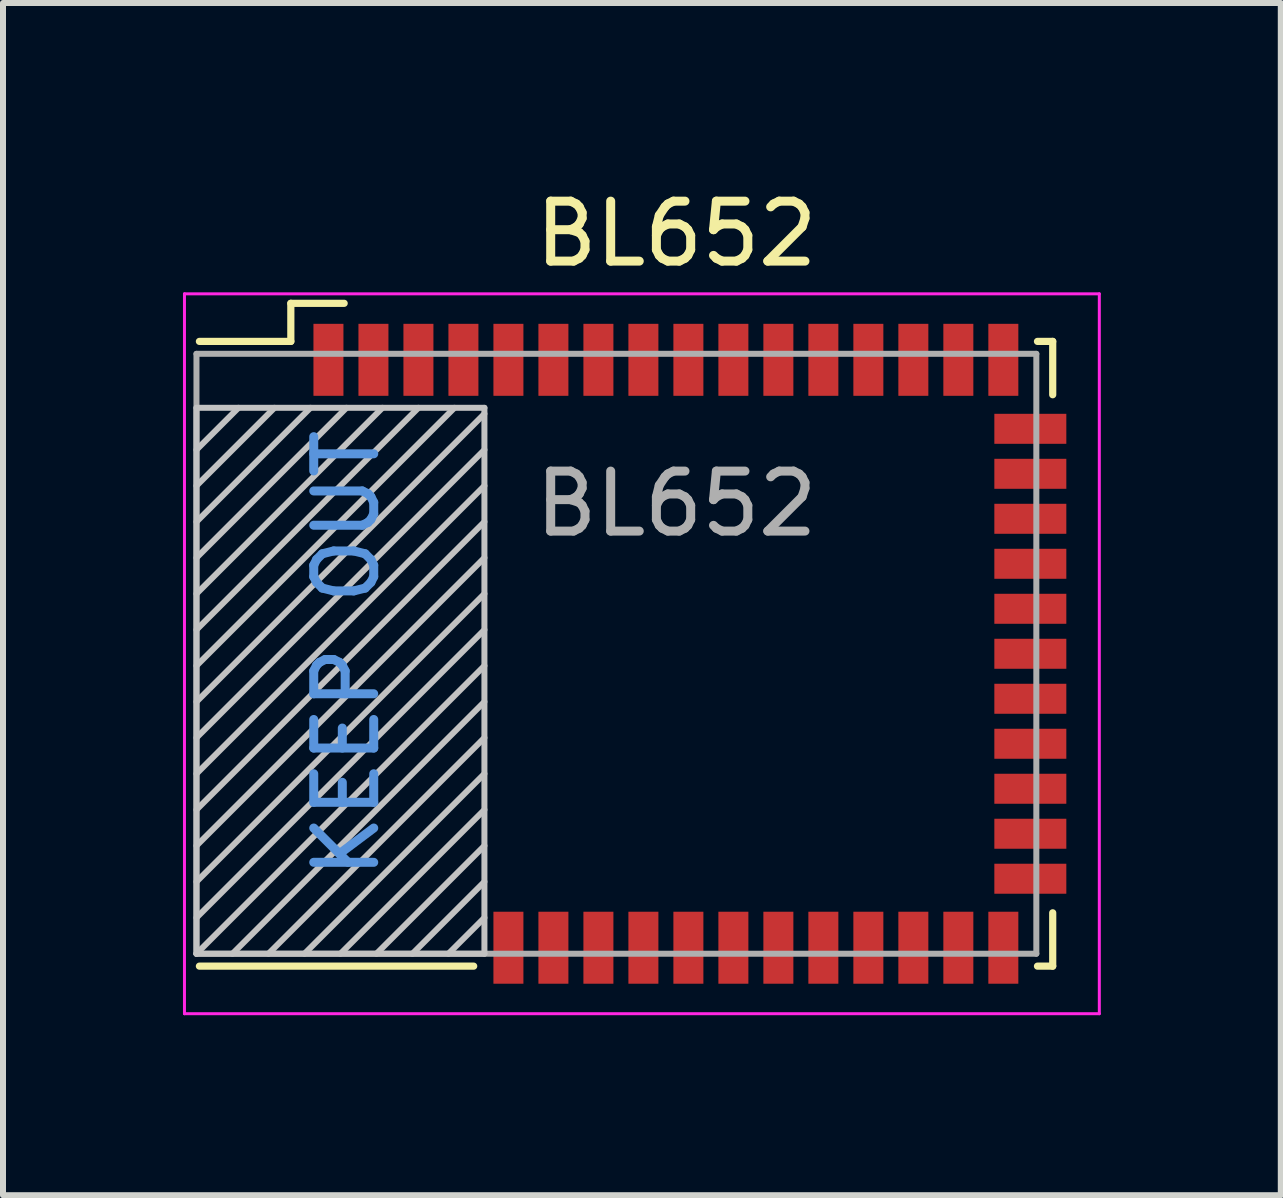
<source format=kicad_pcb>
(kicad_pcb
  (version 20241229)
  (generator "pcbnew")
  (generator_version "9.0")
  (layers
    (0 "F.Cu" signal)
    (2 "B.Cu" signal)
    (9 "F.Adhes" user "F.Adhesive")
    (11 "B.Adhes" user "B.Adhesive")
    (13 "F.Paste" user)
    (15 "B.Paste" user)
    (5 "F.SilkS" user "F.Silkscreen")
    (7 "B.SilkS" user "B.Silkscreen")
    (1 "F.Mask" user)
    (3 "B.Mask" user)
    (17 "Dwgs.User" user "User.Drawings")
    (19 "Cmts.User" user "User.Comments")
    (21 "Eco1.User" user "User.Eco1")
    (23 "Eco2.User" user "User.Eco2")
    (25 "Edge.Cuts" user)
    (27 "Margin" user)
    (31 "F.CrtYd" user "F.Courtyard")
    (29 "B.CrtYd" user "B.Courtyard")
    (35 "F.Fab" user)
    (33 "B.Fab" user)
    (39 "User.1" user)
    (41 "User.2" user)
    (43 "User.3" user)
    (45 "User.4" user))
  (footprint "BL652"
    (layer "F.Cu")
    (at 8.225 7.848)
    (property "Reference" "BL652" (at 0 -7 0) (layer "F.SilkS") (effects (font (size 1 1) (thickness 0.15))))
    (attr smd)
    (fp_line (start -7.951 -5.207) (end -6.427 -5.207) (stroke (width 0.12) (type solid)) (layer "F.SilkS"))
    (fp_line (start -6.427 -5.842) (end -5.538 -5.842) (stroke (width 0.12) (type solid)) (layer "F.SilkS"))
    (fp_line (start -6.427 -5.207) (end -6.427 -5.842) (stroke (width 0.12) (type solid)) (layer "F.SilkS"))
    (fp_line (start -3.379 5.207) (end -7.951 5.207) (stroke (width 0.12) (type solid)) (layer "F.SilkS"))
    (fp_line (start 6.019 -5.207) (end 6.273 -5.207) (stroke (width 0.12) (type solid)) (layer "F.SilkS"))
    (fp_line (start 6.273 -5.207) (end 6.273 -4.318) (stroke (width 0.12) (type solid)) (layer "F.SilkS"))
    (fp_line (start 6.273 5.207) (end 6.019 5.207) (stroke (width 0.12) (type solid)) (layer "F.SilkS"))
    (fp_line (start 6.273 5.207) (end 6.273 4.318) (stroke (width 0.12) (type solid)) (layer "F.SilkS"))
    (fp_line (start -8 -4.1) (end -3.2 -4.1) (stroke (width 0.1) (type solid)) (layer "Dwgs.User"))
    (fp_line (start -8 -3.4) (end -7.3 -4.1) (stroke (width 0.1) (type solid)) (layer "Dwgs.User"))
    (fp_line (start -8 -2.8) (end -6.7 -4.1) (stroke (width 0.1) (type solid)) (layer "Dwgs.User"))
    (fp_line (start -8 -2.2) (end -6.1 -4.1) (stroke (width 0.1) (type solid)) (layer "Dwgs.User"))
    (fp_line (start -8 -1.6) (end -5.5 -4.1) (stroke (width 0.1) (type solid)) (layer "Dwgs.User"))
    (fp_line (start -8 -1) (end -4.9 -4.1) (stroke (width 0.1) (type solid)) (layer "Dwgs.User"))
    (fp_line (start -8 -0.4) (end -4.3 -4.1) (stroke (width 0.1) (type solid)) (layer "Dwgs.User"))
    (fp_line (start -8 0.2) (end -3.7 -4.1) (stroke (width 0.1) (type solid)) (layer "Dwgs.User"))
    (fp_line (start -8 0.8) (end -3.2 -4) (stroke (width 0.1) (type solid)) (layer "Dwgs.User"))
    (fp_line (start -8 1.4) (end -3.2 -3.4) (stroke (width 0.1) (type solid)) (layer "Dwgs.User"))
    (fp_line (start -8 2) (end -3.2 -2.8) (stroke (width 0.1) (type solid)) (layer "Dwgs.User"))
    (fp_line (start -8 2.6) (end -3.2 -2.2) (stroke (width 0.1) (type solid)) (layer "Dwgs.User"))
    (fp_line (start -8 3.2) (end -3.2 -1.6) (stroke (width 0.1) (type solid)) (layer "Dwgs.User"))
    (fp_line (start -8 3.8) (end -3.2 -1) (stroke (width 0.1) (type solid)) (layer "Dwgs.User"))
    (fp_line (start -8 4.4) (end -3.2 -0.4) (stroke (width 0.1) (type solid)) (layer "Dwgs.User"))
    (fp_line (start -8 5) (end -8 -4.1) (stroke (width 0.1) (type solid)) (layer "Dwgs.User"))
    (fp_line (start -8 5) (end -3.2 0.2) (stroke (width 0.1) (type solid)) (layer "Dwgs.User"))
    (fp_line (start -7.4 5) (end -3.2 0.8) (stroke (width 0.1) (type solid)) (layer "Dwgs.User"))
    (fp_line (start -6.8 5) (end -3.2 1.4) (stroke (width 0.1) (type solid)) (layer "Dwgs.User"))
    (fp_line (start -6.2 5) (end -3.2 2) (stroke (width 0.1) (type solid)) (layer "Dwgs.User"))
    (fp_line (start -5.6 5) (end -3.2 2.6) (stroke (width 0.1) (type solid)) (layer "Dwgs.User"))
    (fp_line (start -5 5) (end -3.2 3.2) (stroke (width 0.1) (type solid)) (layer "Dwgs.User"))
    (fp_line (start -4.4 5) (end -3.2 3.8) (stroke (width 0.1) (type solid)) (layer "Dwgs.User"))
    (fp_line (start -3.8 5) (end -3.2 4.4) (stroke (width 0.1) (type solid)) (layer "Dwgs.User"))
    (fp_line (start -3.2 -4.1) (end -3.2 5) (stroke (width 0.1) (type solid)) (layer "Dwgs.User"))
    (fp_line (start -3.2 5) (end -8 5) (stroke (width 0.1) (type solid)) (layer "Dwgs.User"))
    (fp_line (start -8.2 -6) (end 7.05 -6) (stroke (width 0.05) (type solid)) (layer "F.CrtYd"))
    (fp_line (start -8.2 6) (end -8.2 -6) (stroke (width 0.05) (type solid)) (layer "F.CrtYd"))
    (fp_line (start 7.05 -6) (end 7.05 6) (stroke (width 0.05) (type solid)) (layer "F.CrtYd"))
    (fp_line (start 7.05 6) (end -8.2 6) (stroke (width 0.05) (type solid)) (layer "F.CrtYd"))
    (fp_line (start -8 -5) (end -8 5) (stroke (width 0.1) (type solid)) (layer "F.Fab"))
    (fp_line (start -8 -5) (end 6 -5) (stroke (width 0.1) (type solid)) (layer "F.Fab"))
    (fp_line (start 6 -5) (end 6 5) (stroke (width 0.1) (type solid)) (layer "F.Fab"))
    (fp_line (start 6 5) (end -8 5) (stroke (width 0.1) (type solid)) (layer "F.Fab"))
    (fp_text user "KEEP OUT" (at -5.5 0 90) (layer "Cmts.User") (effects (font (size 1 1) (thickness 0.15))))
    (fp_text user "${REFERENCE}" (at 0 -2.5 0) (layer "F.Fab") (effects (font (size 1 1) (thickness 0.15))))
    (pad "1" smd rect (at -5.8 -4.9 90) (size 1.2 0.5) (layers "F.Cu" "F.Mask" "F.Paste"))
    (pad "2" smd rect (at -5.05 -4.9 90) (size 1.2 0.5) (layers "F.Cu" "F.Mask" "F.Paste"))
    (pad "3" smd rect (at -4.3 -4.9 90) (size 1.2 0.5) (layers "F.Cu" "F.Mask" "F.Paste"))
    (pad "4" smd rect (at -3.55 -4.9 90) (size 1.2 0.5) (layers "F.Cu" "F.Mask" "F.Paste"))
    (pad "5" smd rect (at -2.8 -4.9 90) (size 1.2 0.5) (layers "F.Cu" "F.Mask" "F.Paste"))
    (pad "6" smd rect (at -2.05 -4.9 90) (size 1.2 0.5) (layers "F.Cu" "F.Mask" "F.Paste"))
    (pad "7" smd rect (at -1.3 -4.9 90) (size 1.2 0.5) (layers "F.Cu" "F.Mask" "F.Paste"))
    (pad "8" smd rect (at -0.55 -4.9 90) (size 1.2 0.5) (layers "F.Cu" "F.Mask" "F.Paste"))
    (pad "9" smd rect (at 0.2 -4.9 90) (size 1.2 0.5) (layers "F.Cu" "F.Mask" "F.Paste"))
    (pad "10" smd rect (at 0.95 -4.9 90) (size 1.2 0.5) (layers "F.Cu" "F.Mask" "F.Paste"))
    (pad "11" smd rect (at 1.7 -4.9 90) (size 1.2 0.5) (layers "F.Cu" "F.Mask" "F.Paste"))
    (pad "12" smd rect (at 2.45 -4.9 90) (size 1.2 0.5) (layers "F.Cu" "F.Mask" "F.Paste"))
    (pad "13" smd rect (at 3.2 -4.9 90) (size 1.2 0.5) (layers "F.Cu" "F.Mask" "F.Paste"))
    (pad "14" smd rect (at 3.95 -4.9 90) (size 1.2 0.5) (layers "F.Cu" "F.Mask" "F.Paste"))
    (pad "15" smd rect (at 4.7 -4.9 90) (size 1.2 0.5) (layers "F.Cu" "F.Mask" "F.Paste"))
    (pad "16" smd rect (at 5.45 -4.9 90) (size 1.2 0.5) (layers "F.Cu" "F.Mask" "F.Paste"))
    (pad "17" smd rect (at 5.9 -3.75) (size 1.2 0.5) (layers "F.Cu" "F.Mask" "F.Paste"))
    (pad "18" smd rect (at 5.9 -3) (size 1.2 0.5) (layers "F.Cu" "F.Mask" "F.Paste"))
    (pad "19" smd rect (at 5.9 -2.25) (size 1.2 0.5) (layers "F.Cu" "F.Mask" "F.Paste"))
    (pad "20" smd rect (at 5.9 -1.5) (size 1.2 0.5) (layers "F.Cu" "F.Mask" "F.Paste"))
    (pad "21" smd rect (at 5.9 -0.75) (size 1.2 0.5) (layers "F.Cu" "F.Mask" "F.Paste"))
    (pad "22" smd rect (at 5.9 0) (size 1.2 0.5) (layers "F.Cu" "F.Mask" "F.Paste"))
    (pad "23" smd rect (at 5.9 0.75) (size 1.2 0.5) (layers "F.Cu" "F.Mask" "F.Paste"))
    (pad "24" smd rect (at 5.9 1.5) (size 1.2 0.5) (layers "F.Cu" "F.Mask" "F.Paste"))
    (pad "25" smd rect (at 5.9 2.25) (size 1.2 0.5) (layers "F.Cu" "F.Mask" "F.Paste"))
    (pad "26" smd rect (at 5.9 3) (size 1.2 0.5) (layers "F.Cu" "F.Mask" "F.Paste"))
    (pad "27" smd rect (at 5.9 3.75) (size 1.2 0.5) (layers "F.Cu" "F.Mask" "F.Paste"))
    (pad "28" smd rect (at 5.45 4.9 90) (size 1.2 0.5) (layers "F.Cu" "F.Mask" "F.Paste"))
    (pad "29" smd rect (at 4.7 4.9 90) (size 1.2 0.5) (layers "F.Cu" "F.Mask" "F.Paste"))
    (pad "30" smd rect (at 3.95 4.9 90) (size 1.2 0.5) (layers "F.Cu" "F.Mask" "F.Paste"))
    (pad "31" smd rect (at 3.2 4.9 90) (size 1.2 0.5) (layers "F.Cu" "F.Mask" "F.Paste"))
    (pad "32" smd rect (at 2.45 4.9 90) (size 1.2 0.5) (layers "F.Cu" "F.Mask" "F.Paste"))
    (pad "33" smd rect (at 1.7 4.9 90) (size 1.2 0.5) (layers "F.Cu" "F.Mask" "F.Paste"))
    (pad "34" smd rect (at 0.95 4.9 90) (size 1.2 0.5) (layers "F.Cu" "F.Mask" "F.Paste"))
    (pad "35" smd rect (at 0.2 4.9 90) (size 1.2 0.5) (layers "F.Cu" "F.Mask" "F.Paste"))
    (pad "36" smd rect (at -0.55 4.9 90) (size 1.2 0.5) (layers "F.Cu" "F.Mask" "F.Paste"))
    (pad "37" smd rect (at -1.3 4.9 90) (size 1.2 0.5) (layers "F.Cu" "F.Mask" "F.Paste"))
    (pad "38" smd rect (at -2.05 4.9 90) (size 1.2 0.5) (layers "F.Cu" "F.Mask" "F.Paste"))
    (pad "39" smd rect (at -2.8 4.9 90) (size 1.2 0.5) (layers "F.Cu" "F.Mask" "F.Paste")))
  (gr_rect
    (start -3 -3)
    (end 18.3 16.873)
    (stroke (width 0.1) (type default))
    (fill no)
    (layer "Edge.Cuts")))
</source>
